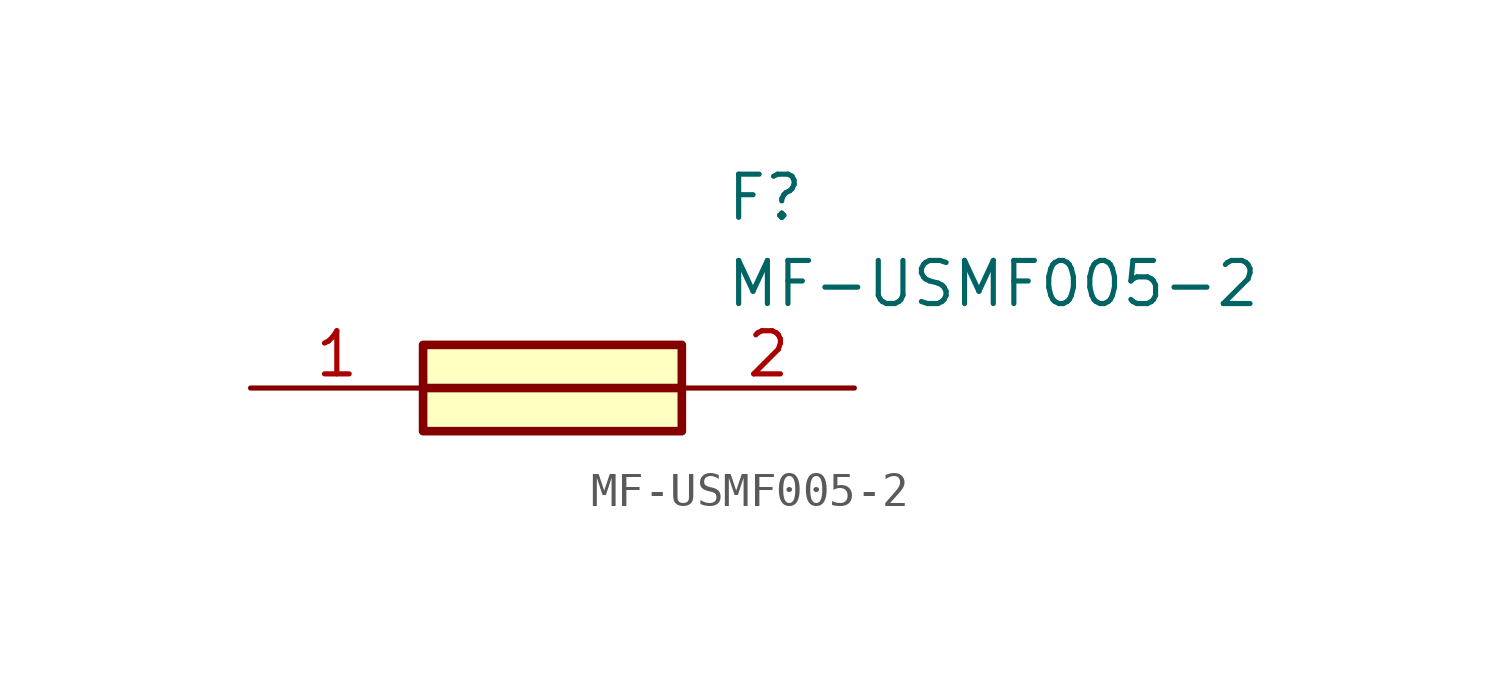
<source format=kicad_sym>
(kicad_symbol_lib
  (version 20211014)
  (generator SamacSys_ECAD_Model)
  (symbol "MF-USMF005-2"
    (pin_names hide)
    (property "Reference" "F"
      (at 13.97 6.35 0)
      (effects (font (size 1.27 1.27)) (justify left top)))
    (property "Value" "MF-USMF005-2"
      (at 13.97 3.81 0)
      (effects (font (size 1.27 1.27)) (justify left top)))
    (rectangle
      (start 5.08 1.27)
      (end 12.7 -1.27)
      (stroke (width 0.254) (type default))
      (fill (type background)))
    (polyline
      (pts (xy 5.08 0) (xy 12.7 0))
      (stroke (width 0.254) (type default))
      (fill (type none)))
    (pin passive line
      (at 0 0 0)
      (length 5.08)
      (name "1" (effects (font (size 1.27 1.27))))
      (number "1" (effects (font (size 1.27 1.27)))))
    (pin passive line
      (at 17.78 0 180)
      (length 5.08)
      (name "2" (effects (font (size 1.27 1.27))))
      (number "2" (effects (font (size 1.27 1.27)))))))
</source>
